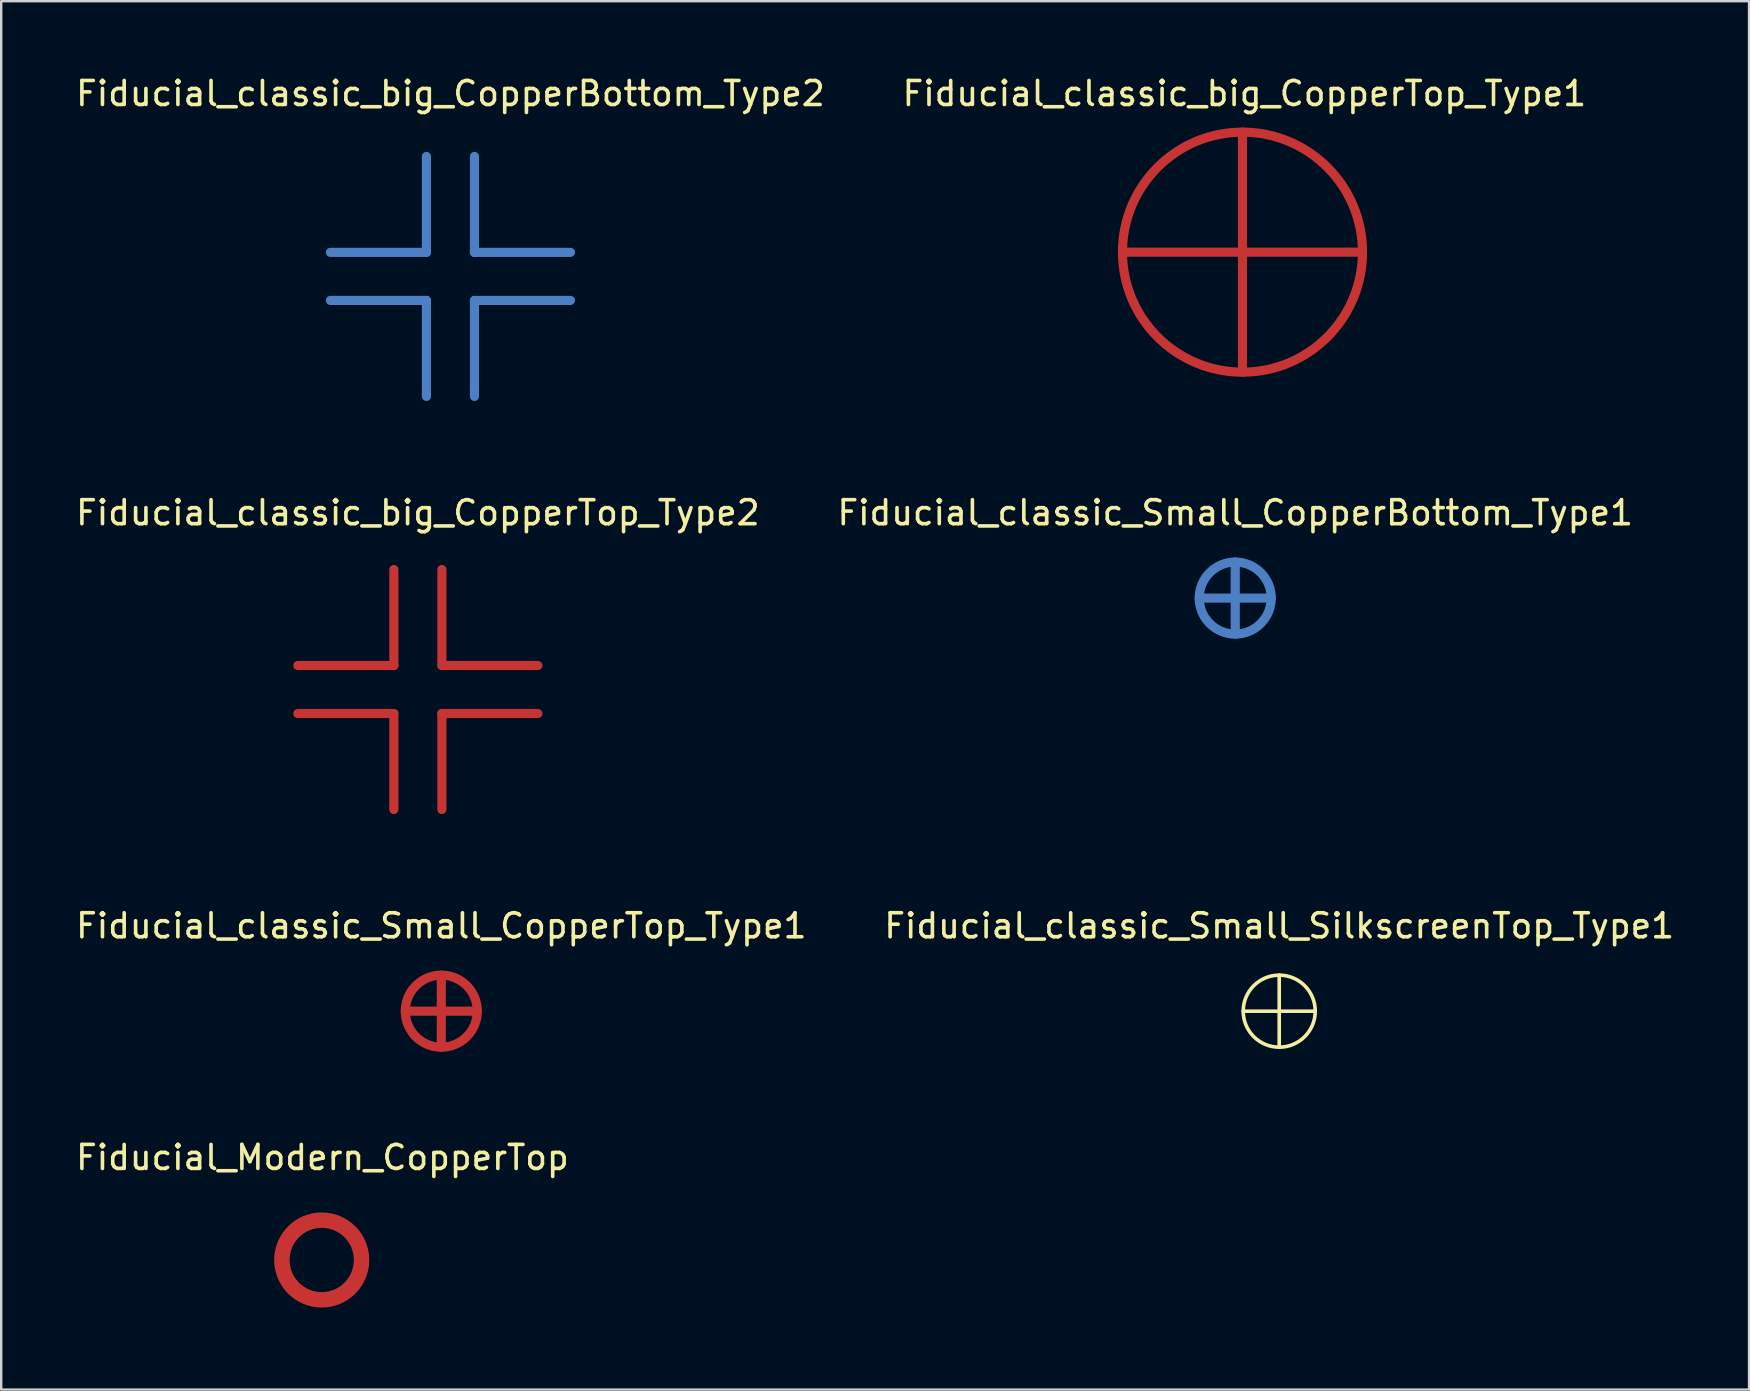
<source format=kicad_pcb>
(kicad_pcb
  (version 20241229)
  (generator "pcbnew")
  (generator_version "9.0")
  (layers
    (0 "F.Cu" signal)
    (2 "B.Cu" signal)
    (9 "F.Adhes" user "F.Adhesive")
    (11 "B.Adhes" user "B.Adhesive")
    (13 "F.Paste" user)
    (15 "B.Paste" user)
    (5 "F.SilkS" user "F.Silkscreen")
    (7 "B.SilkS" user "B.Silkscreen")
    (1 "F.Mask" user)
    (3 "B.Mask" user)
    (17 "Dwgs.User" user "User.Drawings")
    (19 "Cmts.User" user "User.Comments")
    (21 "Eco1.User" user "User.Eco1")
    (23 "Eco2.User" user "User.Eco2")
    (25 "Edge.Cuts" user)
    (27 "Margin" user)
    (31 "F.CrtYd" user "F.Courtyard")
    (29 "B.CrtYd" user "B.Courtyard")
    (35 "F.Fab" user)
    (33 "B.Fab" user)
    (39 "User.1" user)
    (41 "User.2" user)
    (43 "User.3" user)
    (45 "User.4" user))
  (footprint "Fiducial_classic_big_CopperTop_Type2"
    (layer "F.Cu")
    (at 14.363 25.682)
    (property "Reference" "Fiducial_classic_big_CopperTop_Type2" (at 0 -7.366 0) (layer "F.SilkS") (effects (font (size 1 1) (thickness 0.15))))
    (attr through_hole)
    (fp_line (start -1.001 -1.001) (end -5.001 -1.001) (stroke (width 0.381) (type solid)) (layer "F.Cu"))
    (fp_line (start -1.001 -1.001) (end -1.001 -5.001) (stroke (width 0.381) (type solid)) (layer "F.Cu"))
    (fp_line (start -1.001 1.001) (end -5.001 1.001) (stroke (width 0.381) (type solid)) (layer "F.Cu"))
    (fp_line (start -1.001 1.001) (end -1.001 5.001) (stroke (width 0.381) (type solid)) (layer "F.Cu"))
    (fp_line (start 1.001 -1.001) (end 1.001 -5.001) (stroke (width 0.381) (type solid)) (layer "F.Cu"))
    (fp_line (start 1.001 -1.001) (end 5.001 -1.001) (stroke (width 0.381) (type solid)) (layer "F.Cu"))
    (fp_line (start 1.001 1.001) (end 1.001 5.001) (stroke (width 0.381) (type solid)) (layer "F.Cu"))
    (fp_line (start 1.001 1.001) (end 5.001 1.001) (stroke (width 0.381) (type solid)) (layer "F.Cu"))
    (pad "" smd rect (at 0 0) (size 11.999 11.999) (layers "F.Mask")))
  (footprint "Fiducial_classic_big_CopperTop_Type1"
    (layer "F.Cu")
    (at 48.725 7.457)
    (property "Reference" "Fiducial_classic_big_CopperTop_Type1" (at 0.079 -6.609 0) (layer "F.SilkS") (effects (font (size 1 1) (thickness 0.15))))
    (attr through_hole)
    (fp_line (start -5.001 0) (end 5.001 0) (stroke (width 0.381) (type solid)) (layer "F.Cu"))
    (fp_line (start 0 -5.001) (end 0 5.001) (stroke (width 0.381) (type solid)) (layer "F.Cu"))
    (fp_circle (center 0 0) (end 5.001 0) (stroke (width 0.381) (type solid)) (fill no) (layer "F.Cu"))
    (pad "" smd circle (at 0 0) (size 11.001 11.001) (layers "F.Mask")))
  (footprint "Fiducial_Modern_CopperTop"
    (layer "F.Cu")
    (at 10.356 49.454)
    (property "Reference" "Fiducial_Modern_CopperTop" (at 0.03 -4.27 0) (layer "F.SilkS") (effects (font (size 1 1) (thickness 0.15))))
    (attr through_hole)
    (fp_circle (center 0 0) (end 1.529 0) (stroke (width 0.381) (type solid)) (fill no) (layer "F.Cu"))
    (fp_circle (center 0 0) (end 1.791 0) (stroke (width 0.381) (type solid)) (fill no) (layer "F.Cu"))
    (pad "" smd circle (at 0 0) (size 4.801 4.801) (layers "F.Mask")))
  (footprint "Fiducial_classic_Small_CopperBottom_Type1"
    (layer "F.Cu")
    (at 48.423 21.872)
    (property "Reference" "Fiducial_classic_Small_CopperBottom_Type1" (at 0 -3.556 0) (layer "F.SilkS") (effects (font (size 1 1) (thickness 0.15))))
    (attr through_hole)
    (fp_line (start -1.501 0) (end 1.501 0) (stroke (width 0.381) (type solid)) (layer "B.Cu"))
    (fp_line (start 0 -1.501) (end 0 1.501) (stroke (width 0.381) (type solid)) (layer "B.Cu"))
    (fp_circle (center 0 0) (end 1.501 0) (stroke (width 0.381) (type solid)) (fill no) (layer "B.Cu"))
    (pad "" smd circle (at 0 0) (size 4.501 4.501) (layers "B.Mask")))
  (footprint "Fiducial_classic_Small_SilkscreenTop_Type1"
    (layer "F.Cu")
    (at 50.256 39.086)
    (property "Reference" "Fiducial_classic_Small_SilkscreenTop_Type1" (at 0 -3.556 0) (layer "F.SilkS") (effects (font (size 1 1) (thickness 0.15))))
    (attr through_hole)
    (fp_line (start -1.501 0) (end 1.501 0) (stroke (width 0.15) (type solid)) (layer "F.SilkS"))
    (fp_line (start 0 -1.501) (end 0 1.501) (stroke (width 0.15) (type solid)) (layer "F.SilkS"))
    (fp_circle (center 0 0) (end 1.501 0) (stroke (width 0.15) (type solid)) (fill no) (layer "F.SilkS"))
    (pad "" smd circle (at 0 0) (size 4.501 4.501) (layers "F.Mask")))
  (footprint "Fiducial_classic_Small_CopperTop_Type1"
    (layer "F.Cu")
    (at 15.339 39.086)
    (property "Reference" "Fiducial_classic_Small_CopperTop_Type1" (at 0 -3.556 0) (layer "F.SilkS") (effects (font (size 1 1) (thickness 0.15))))
    (attr through_hole)
    (fp_line (start -1.501 0) (end 1.501 0) (stroke (width 0.381) (type solid)) (layer "F.Cu"))
    (fp_line (start 0 -1.501) (end 0 1.501) (stroke (width 0.381) (type solid)) (layer "F.Cu"))
    (fp_circle (center 0 0) (end 1.501 0) (stroke (width 0.381) (type solid)) (fill no) (layer "F.Cu"))
    (pad "" smd circle (at 0 0) (size 4.501 4.501) (layers "F.Mask")))
  (footprint "Fiducial_classic_big_CopperBottom_Type2"
    (layer "F.Cu")
    (at 15.72 8.468)
    (property "Reference" "Fiducial_classic_big_CopperBottom_Type2" (at 0 -7.62 0) (layer "F.SilkS") (effects (font (size 1 1) (thickness 0.15))))
    (attr through_hole)
    (fp_line (start -1.001 -1.001) (end -5.001 -1.001) (stroke (width 0.381) (type solid)) (layer "B.Cu"))
    (fp_line (start -1.001 -1.001) (end -1.001 -5.001) (stroke (width 0.381) (type solid)) (layer "B.Cu"))
    (fp_line (start -1.001 1.001) (end -5.001 1.001) (stroke (width 0.381) (type solid)) (layer "B.Cu"))
    (fp_line (start -1.001 1.001) (end -1.001 5.001) (stroke (width 0.381) (type solid)) (layer "B.Cu"))
    (fp_line (start 1.001 -1.001) (end 1.001 -5.001) (stroke (width 0.381) (type solid)) (layer "B.Cu"))
    (fp_line (start 1.001 -1.001) (end 5.001 -1.001) (stroke (width 0.381) (type solid)) (layer "B.Cu"))
    (fp_line (start 1.001 1.001) (end 1.001 5.001) (stroke (width 0.381) (type solid)) (layer "B.Cu"))
    (fp_line (start 1.001 1.001) (end 5.001 1.001) (stroke (width 0.381) (type solid)) (layer "B.Cu"))
    (pad "" smd rect (at 0 0) (size 11.999 11.999) (layers "B.Mask")))
  (gr_rect
    (start -3 -3)
    (end 69.833 54.854)
    (stroke (width 0.1) (type default))
    (fill no)
    (layer "Edge.Cuts")))
</source>
